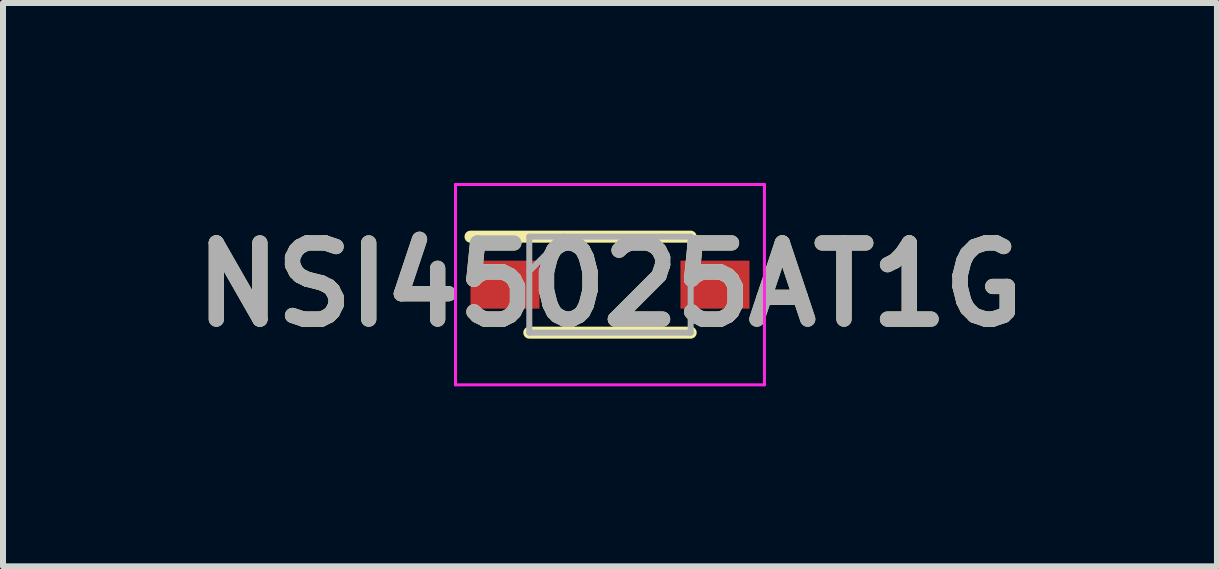
<source format=kicad_pcb>
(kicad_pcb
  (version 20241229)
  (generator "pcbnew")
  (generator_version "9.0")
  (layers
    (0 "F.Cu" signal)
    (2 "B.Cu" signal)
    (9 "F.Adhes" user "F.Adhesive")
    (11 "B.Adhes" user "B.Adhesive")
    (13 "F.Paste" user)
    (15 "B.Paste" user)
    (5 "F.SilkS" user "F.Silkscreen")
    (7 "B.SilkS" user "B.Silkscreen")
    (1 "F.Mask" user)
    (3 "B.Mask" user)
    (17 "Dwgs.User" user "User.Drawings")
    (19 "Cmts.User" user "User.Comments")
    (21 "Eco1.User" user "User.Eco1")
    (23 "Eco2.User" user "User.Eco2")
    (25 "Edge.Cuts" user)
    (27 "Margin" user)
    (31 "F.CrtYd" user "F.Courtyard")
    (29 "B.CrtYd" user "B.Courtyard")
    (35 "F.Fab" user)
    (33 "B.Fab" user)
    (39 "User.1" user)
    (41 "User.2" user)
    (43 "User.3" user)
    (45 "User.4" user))
  (footprint "NSI45025AT1G"
    (layer "F.Cu")
    (at 7.118 1.695)
    (property "Reference" "NSI45025AT1G" (at 0 0 0) (layer "F.SilkS") (effects (font (size 1.27 1.27) (thickness 0.254))))
    (attr smd)
    (fp_line (start -2.325 -0.8) (end 1.345 -0.8) (stroke (width 0.2) (type solid)) (layer "F.SilkS"))
    (fp_line (start -1.345 0.8) (end 1.345 0.8) (stroke (width 0.2) (type solid)) (layer "F.SilkS"))
    (fp_line (start -2.575 -1.67) (end 2.575 -1.67) (stroke (width 0.05) (type solid)) (layer "F.CrtYd"))
    (fp_line (start -2.575 1.67) (end -2.575 -1.67) (stroke (width 0.05) (type solid)) (layer "F.CrtYd"))
    (fp_line (start 2.575 -1.67) (end 2.575 1.67) (stroke (width 0.05) (type solid)) (layer "F.CrtYd"))
    (fp_line (start 2.575 1.67) (end -2.575 1.67) (stroke (width 0.05) (type solid)) (layer "F.CrtYd"))
    (fp_line (start -1.345 -0.8) (end 1.345 -0.8) (stroke (width 0.1) (type solid)) (layer "F.Fab"))
    (fp_line (start -1.345 -0.225) (end -0.77 -0.8) (stroke (width 0.1) (type solid)) (layer "F.Fab"))
    (fp_line (start -1.345 0.8) (end -1.345 -0.8) (stroke (width 0.1) (type solid)) (layer "F.Fab"))
    (fp_line (start 1.345 -0.8) (end 1.345 0.8) (stroke (width 0.1) (type solid)) (layer "F.Fab"))
    (fp_line (start 1.345 0.8) (end -1.345 0.8) (stroke (width 0.1) (type solid)) (layer "F.Fab"))
    (fp_text user "${REFERENCE}" (at 0 0 0) (layer "F.Fab") (effects (font (size 1.27 1.27) (thickness 0.254))))
    (pad "1" smd rect (at -1.75 0 90) (size 0.8 1.15) (layers "F.Cu" "F.Mask" "F.Paste"))
    (pad "2" smd rect (at 1.75 0 90) (size 0.8 1.15) (layers "F.Cu" "F.Mask" "F.Paste")))
  (gr_rect
    (start -3 -3)
    (end 17.236 6.39)
    (stroke (width 0.1) (type default))
    (fill no)
    (layer "Edge.Cuts")))
</source>
